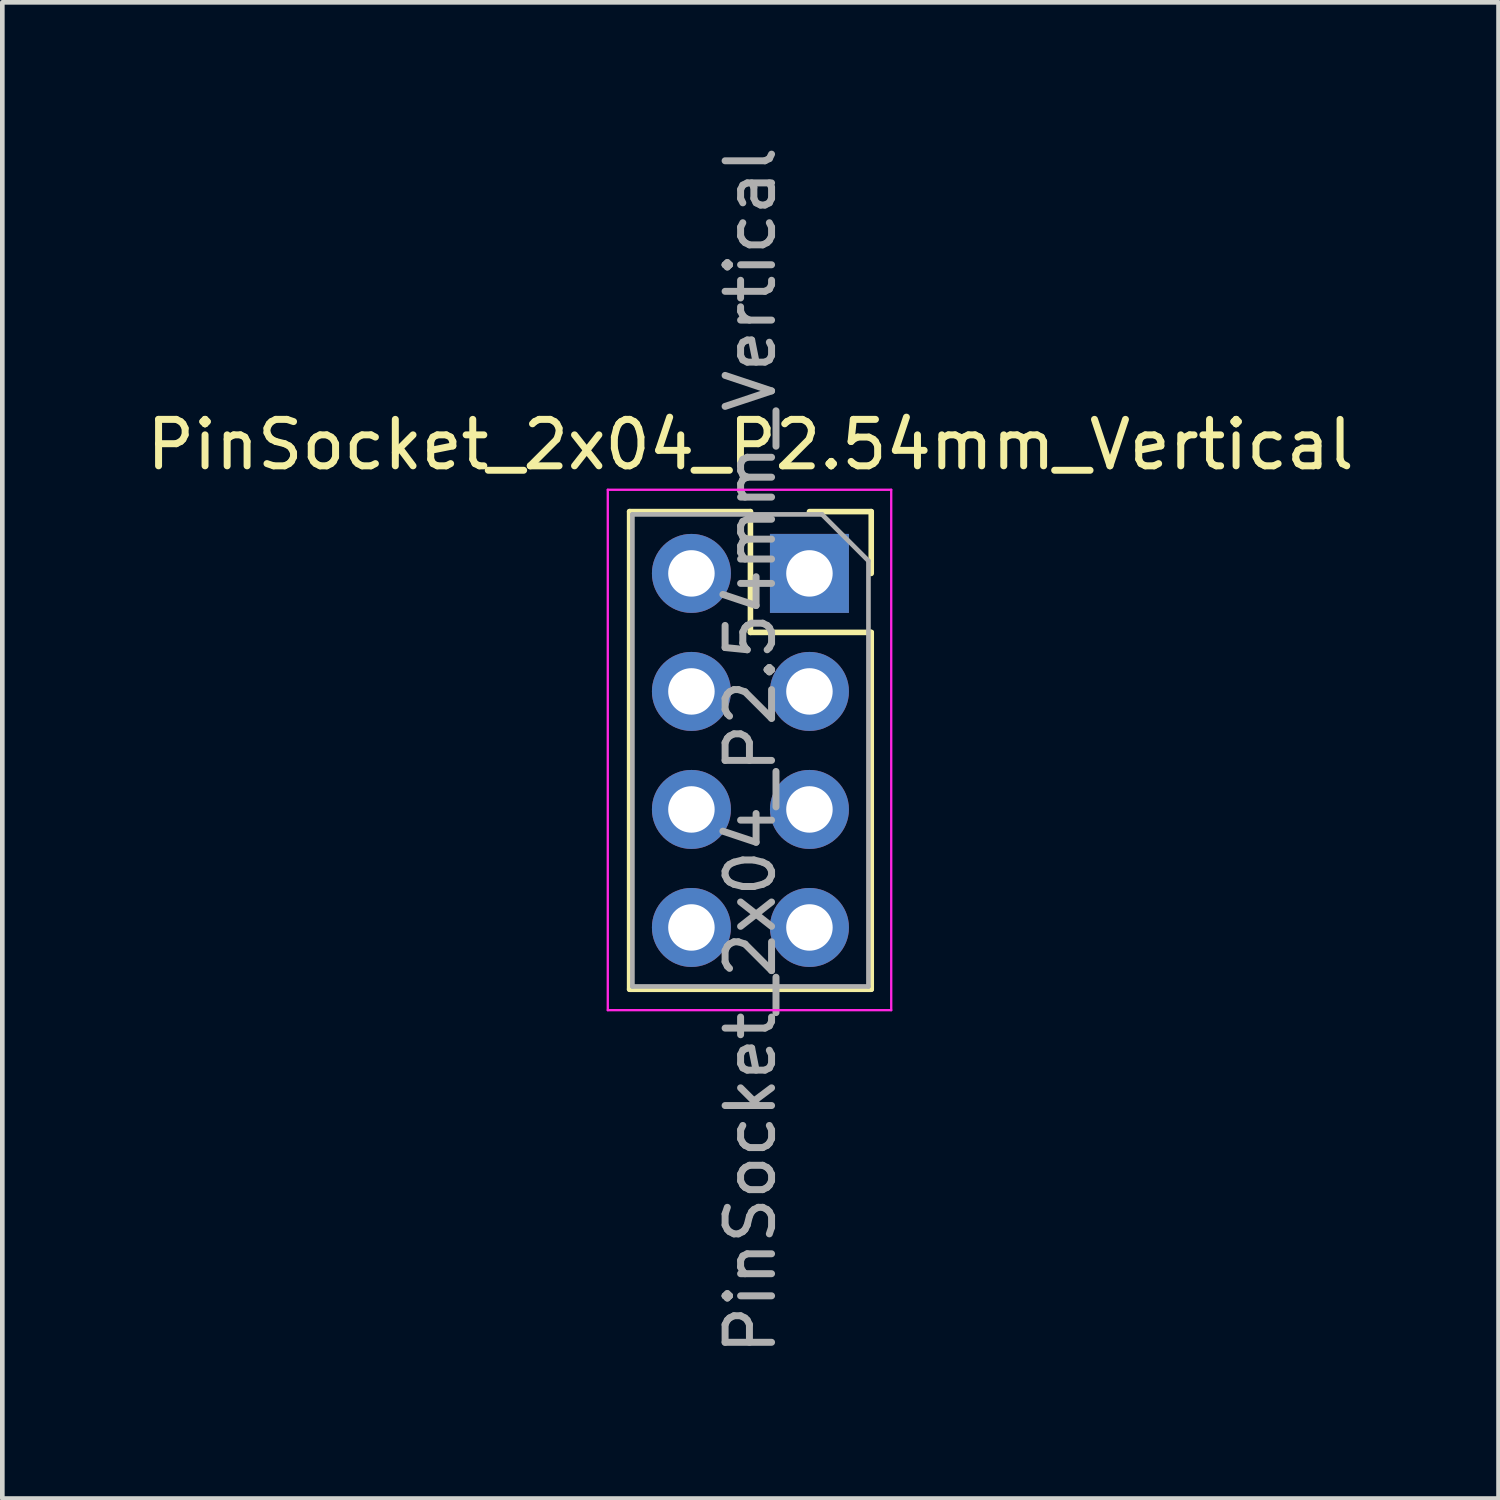
<source format=kicad_pcb>
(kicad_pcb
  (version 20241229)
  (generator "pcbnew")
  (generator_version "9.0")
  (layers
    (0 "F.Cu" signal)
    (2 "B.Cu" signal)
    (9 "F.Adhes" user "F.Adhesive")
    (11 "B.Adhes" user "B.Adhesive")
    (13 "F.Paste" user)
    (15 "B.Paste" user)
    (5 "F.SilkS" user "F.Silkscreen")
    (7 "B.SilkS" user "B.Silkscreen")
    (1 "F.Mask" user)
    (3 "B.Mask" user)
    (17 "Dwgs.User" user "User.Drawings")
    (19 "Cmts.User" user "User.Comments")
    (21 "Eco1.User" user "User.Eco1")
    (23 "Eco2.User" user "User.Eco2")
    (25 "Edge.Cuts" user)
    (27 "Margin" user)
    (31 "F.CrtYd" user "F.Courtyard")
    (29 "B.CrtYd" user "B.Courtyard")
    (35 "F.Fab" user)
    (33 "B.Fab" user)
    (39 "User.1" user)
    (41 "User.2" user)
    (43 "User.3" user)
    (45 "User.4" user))
  (footprint "PinSocket_2x04_P2.54mm_Vertical"
    (layer "F.Cu")
    (at 14.371 9.291)
    (property "Reference" "PinSocket_2x04_P2.54mm_Vertical" (at -1.27 -2.77 0) (layer "F.SilkS") (effects (font (size 1 1) (thickness 0.15))))
    (attr through_hole)
    (fp_line (start -3.87 -1.33) (end -3.87 8.95) (stroke (width 0.12) (type solid)) (layer "F.SilkS"))
    (fp_line (start -3.87 -1.33) (end -1.27 -1.33) (stroke (width 0.12) (type solid)) (layer "F.SilkS"))
    (fp_line (start -3.87 8.95) (end 1.33 8.95) (stroke (width 0.12) (type solid)) (layer "F.SilkS"))
    (fp_line (start -1.27 -1.33) (end -1.27 1.27) (stroke (width 0.12) (type solid)) (layer "F.SilkS"))
    (fp_line (start -1.27 1.27) (end 1.33 1.27) (stroke (width 0.12) (type solid)) (layer "F.SilkS"))
    (fp_line (start 0 -1.33) (end 1.33 -1.33) (stroke (width 0.12) (type solid)) (layer "F.SilkS"))
    (fp_line (start 1.33 -1.33) (end 1.33 0) (stroke (width 0.12) (type solid)) (layer "F.SilkS"))
    (fp_line (start 1.33 1.27) (end 1.33 8.95) (stroke (width 0.12) (type solid)) (layer "F.SilkS"))
    (fp_line (start -4.34 -1.8) (end 1.76 -1.8) (stroke (width 0.05) (type solid)) (layer "F.CrtYd"))
    (fp_line (start -4.34 9.4) (end -4.34 -1.8) (stroke (width 0.05) (type solid)) (layer "F.CrtYd"))
    (fp_line (start 1.76 -1.8) (end 1.76 9.4) (stroke (width 0.05) (type solid)) (layer "F.CrtYd"))
    (fp_line (start 1.76 9.4) (end -4.34 9.4) (stroke (width 0.05) (type solid)) (layer "F.CrtYd"))
    (fp_line (start -3.81 -1.27) (end 0.27 -1.27) (stroke (width 0.1) (type solid)) (layer "F.Fab"))
    (fp_line (start -3.81 8.89) (end -3.81 -1.27) (stroke (width 0.1) (type solid)) (layer "F.Fab"))
    (fp_line (start 0.27 -1.27) (end 1.27 -0.27) (stroke (width 0.1) (type solid)) (layer "F.Fab"))
    (fp_line (start 1.27 -0.27) (end 1.27 8.89) (stroke (width 0.1) (type solid)) (layer "F.Fab"))
    (fp_line (start 1.27 8.89) (end -3.81 8.89) (stroke (width 0.1) (type solid)) (layer "F.Fab"))
    (fp_text user "${REFERENCE}" (at -1.27 3.81 90) (layer "F.Fab") (effects (font (size 1 1) (thickness 0.15))))
    (pad "1" thru_hole oval (at -2.54 0) (size 1.7 1.7) (drill 1) (layers "*.Cu" "*.Mask"))
    (pad "2" thru_hole oval (at -2.54 2.54) (size 1.7 1.7) (drill 1) (layers "*.Cu" "*.Mask"))
    (pad "3" thru_hole oval (at -2.54 5.08) (size 1.7 1.7) (drill 1) (layers "*.Cu" "*.Mask"))
    (pad "4" thru_hole oval (at -2.54 7.62) (size 1.7 1.7) (drill 1) (layers "*.Cu" "*.Mask"))
    (pad "5" thru_hole oval (at 0 7.62) (size 1.7 1.7) (drill 1) (layers "*.Cu" "*.Mask"))
    (pad "6" thru_hole oval (at 0 5.08) (size 1.7 1.7) (drill 1) (layers "*.Cu" "*.Mask"))
    (pad "7" thru_hole oval (at 0 2.54) (size 1.7 1.7) (drill 1) (layers "*.Cu" "*.Mask"))
    (pad "8" thru_hole rect (at 0 0) (size 1.7 1.7) (drill 1) (layers "*.Cu" "*.Mask")))
  (gr_rect
    (start -3 -3)
    (end 29.202 29.202)
    (stroke (width 0.1) (type default))
    (fill no)
    (layer "Edge.Cuts")))
</source>
